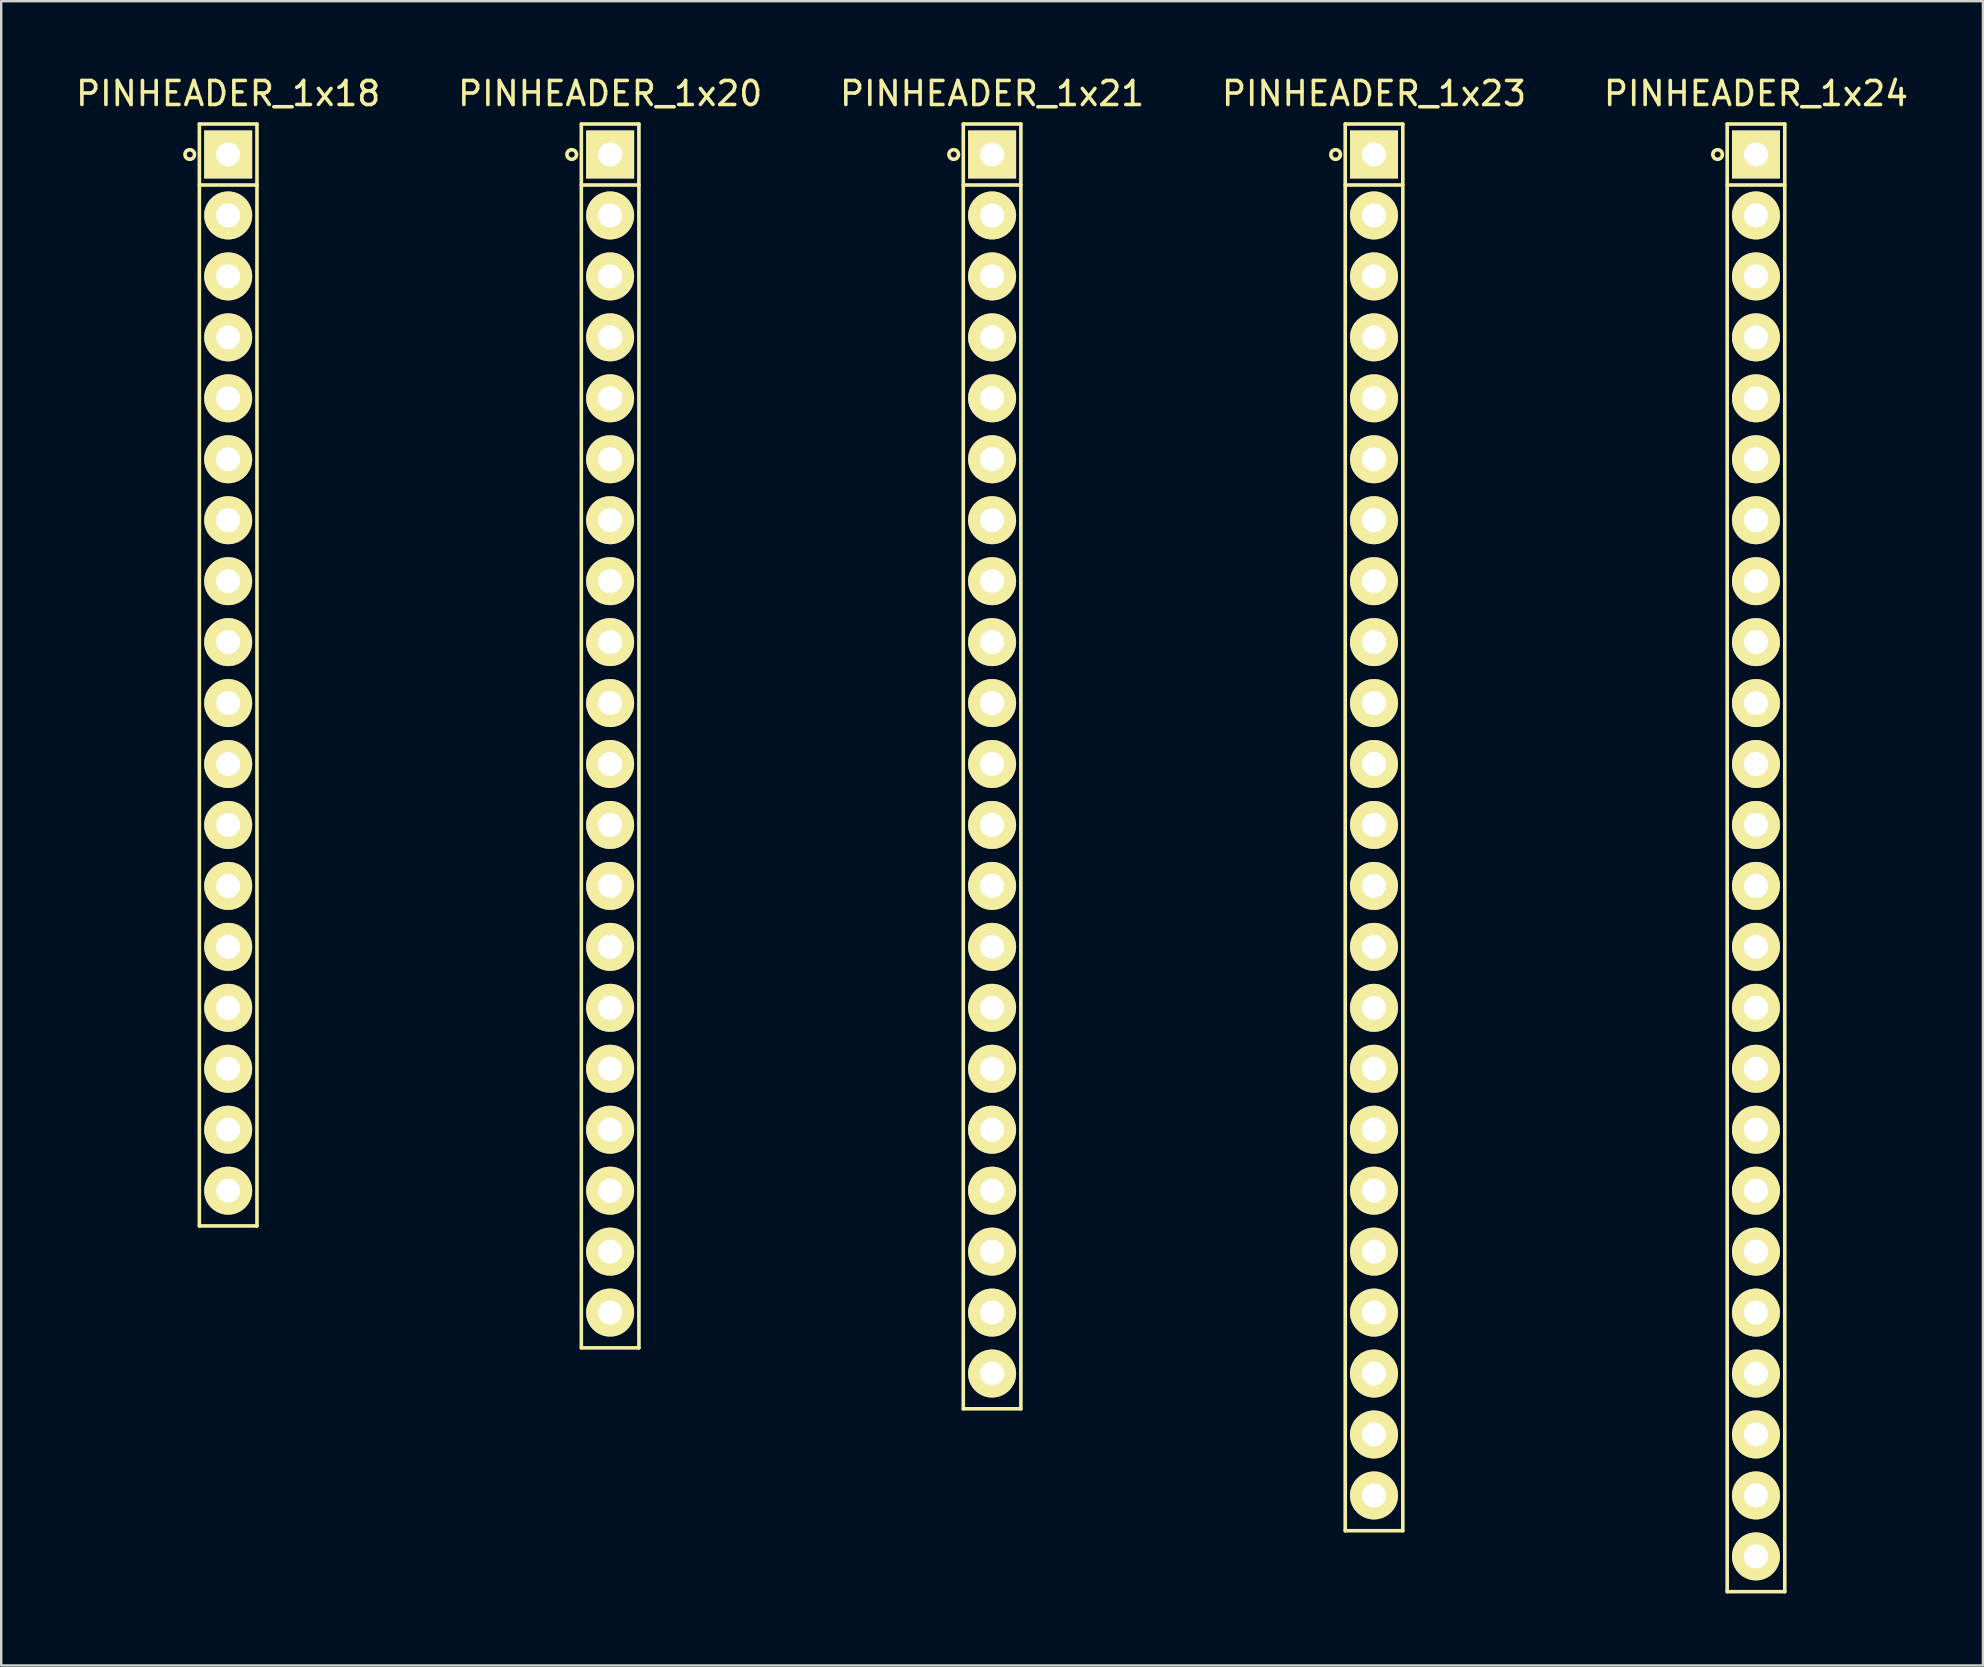
<source format=kicad_pcb>
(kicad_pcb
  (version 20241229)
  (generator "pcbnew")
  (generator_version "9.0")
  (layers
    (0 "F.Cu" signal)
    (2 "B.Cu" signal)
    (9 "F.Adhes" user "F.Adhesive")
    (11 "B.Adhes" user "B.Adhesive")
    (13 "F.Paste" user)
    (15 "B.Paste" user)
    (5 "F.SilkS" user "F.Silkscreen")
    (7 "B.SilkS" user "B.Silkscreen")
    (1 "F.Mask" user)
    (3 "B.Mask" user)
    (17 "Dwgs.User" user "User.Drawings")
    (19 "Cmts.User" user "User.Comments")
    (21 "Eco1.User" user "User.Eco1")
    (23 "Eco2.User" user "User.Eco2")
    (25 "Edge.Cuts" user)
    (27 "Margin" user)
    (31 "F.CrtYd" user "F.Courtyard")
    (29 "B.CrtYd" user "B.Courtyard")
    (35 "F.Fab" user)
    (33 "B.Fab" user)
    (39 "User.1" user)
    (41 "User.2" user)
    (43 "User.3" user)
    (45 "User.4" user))
  (footprint "PINHEADER_1x23"
    (layer "F.Cu")
    (at 54.208 3.388)
    (property "Reference" "PINHEADER_1x23" (at 0 -2.54 0) (layer "F.SilkS") (effects (font (size 1 1) (thickness 0.15))))
    (attr through_hole)
    (fp_line (start -1.2 -1.27) (end 1.2 -1.27) (stroke (width 0.15) (type solid)) (layer "F.SilkS"))
    (fp_line (start -1.2 1.27) (end 1.2 1.27) (stroke (width 0.15) (type solid)) (layer "F.SilkS"))
    (fp_line (start -1.2 57.35) (end -1.2 -1.27) (stroke (width 0.15) (type solid)) (layer "F.SilkS"))
    (fp_line (start 1.2 -1.27) (end 1.2 57.35) (stroke (width 0.15) (type solid)) (layer "F.SilkS"))
    (fp_line (start 1.2 57.35) (end -1.2 57.35) (stroke (width 0.15) (type solid)) (layer "F.SilkS"))
    (fp_circle (center -1.6 0) (end -1.6 0.2) (stroke (width 0.15) (type solid)) (fill no) (layer "F.SilkS"))
    (pad "1" thru_hole rect (at 0 0) (size 2 2) (drill 1) (layers "*.Cu" "*.Mask" "F.SilkS"))
    (pad "2" thru_hole circle (at 0 2.54) (size 2 2) (drill 1) (layers "*.Cu" "*.Mask" "F.SilkS"))
    (pad "3" thru_hole circle (at 0 5.08) (size 2 2) (drill 1) (layers "*.Cu" "*.Mask" "F.SilkS"))
    (pad "4" thru_hole circle (at 0 7.62) (size 2 2) (drill 1) (layers "*.Cu" "*.Mask" "F.SilkS"))
    (pad "5" thru_hole circle (at 0 10.16) (size 2 2) (drill 1) (layers "*.Cu" "*.Mask" "F.SilkS"))
    (pad "6" thru_hole circle (at 0 12.7) (size 2 2) (drill 1) (layers "*.Cu" "*.Mask" "F.SilkS"))
    (pad "7" thru_hole circle (at 0 15.24) (size 2 2) (drill 1) (layers "*.Cu" "*.Mask" "F.SilkS"))
    (pad "8" thru_hole circle (at 0 17.78) (size 2 2) (drill 1) (layers "*.Cu" "*.Mask" "F.SilkS"))
    (pad "9" thru_hole circle (at 0 20.32) (size 2 2) (drill 1) (layers "*.Cu" "*.Mask" "F.SilkS"))
    (pad "10" thru_hole circle (at 0 22.86) (size 2 2) (drill 1) (layers "*.Cu" "*.Mask" "F.SilkS"))
    (pad "11" thru_hole circle (at 0 25.4) (size 2 2) (drill 1) (layers "*.Cu" "*.Mask" "F.SilkS"))
    (pad "12" thru_hole circle (at 0 27.94) (size 2 2) (drill 1) (layers "*.Cu" "*.Mask" "F.SilkS"))
    (pad "13" thru_hole circle (at 0 30.48) (size 2 2) (drill 1) (layers "*.Cu" "*.Mask" "F.SilkS"))
    (pad "14" thru_hole circle (at 0 33.02) (size 2 2) (drill 1) (layers "*.Cu" "*.Mask" "F.SilkS"))
    (pad "15" thru_hole circle (at 0 35.56) (size 2 2) (drill 1) (layers "*.Cu" "*.Mask" "F.SilkS"))
    (pad "16" thru_hole circle (at 0 38.1) (size 2 2) (drill 1) (layers "*.Cu" "*.Mask" "F.SilkS"))
    (pad "17" thru_hole circle (at 0 40.64) (size 2 2) (drill 1) (layers "*.Cu" "*.Mask" "F.SilkS"))
    (pad "18" thru_hole circle (at 0 43.18) (size 2 2) (drill 1) (layers "*.Cu" "*.Mask" "F.SilkS"))
    (pad "19" thru_hole circle (at 0 45.72) (size 2 2) (drill 1) (layers "*.Cu" "*.Mask" "F.SilkS"))
    (pad "20" thru_hole circle (at 0 48.26) (size 2 2) (drill 1) (layers "*.Cu" "*.Mask" "F.SilkS"))
    (pad "21" thru_hole circle (at 0 50.8) (size 2 2) (drill 1) (layers "*.Cu" "*.Mask" "F.SilkS"))
    (pad "22" thru_hole circle (at 0 53.34) (size 2 2) (drill 1) (layers "*.Cu" "*.Mask" "F.SilkS"))
    (pad "23" thru_hole circle (at 0 55.88) (size 2 2) (drill 1) (layers "*.Cu" "*.Mask" "F.SilkS")))
  (footprint "PINHEADER_1x20"
    (layer "F.Cu")
    (at 22.375 3.388)
    (property "Reference" "PINHEADER_1x20" (at 0 -2.54 0) (layer "F.SilkS") (effects (font (size 1 1) (thickness 0.15))))
    (attr through_hole)
    (fp_line (start -1.2 -1.27) (end 1.2 -1.27) (stroke (width 0.15) (type solid)) (layer "F.SilkS"))
    (fp_line (start -1.2 1.27) (end 1.2 1.27) (stroke (width 0.15) (type solid)) (layer "F.SilkS"))
    (fp_line (start -1.2 49.73) (end -1.2 -1.27) (stroke (width 0.15) (type solid)) (layer "F.SilkS"))
    (fp_line (start 1.2 -1.27) (end 1.2 49.73) (stroke (width 0.15) (type solid)) (layer "F.SilkS"))
    (fp_line (start 1.2 49.73) (end -1.2 49.73) (stroke (width 0.15) (type solid)) (layer "F.SilkS"))
    (fp_circle (center -1.6 0) (end -1.6 0.2) (stroke (width 0.15) (type solid)) (fill no) (layer "F.SilkS"))
    (pad "1" thru_hole rect (at 0 0) (size 2 2) (drill 1) (layers "*.Cu" "*.Mask" "F.SilkS"))
    (pad "2" thru_hole circle (at 0 2.54) (size 2 2) (drill 1) (layers "*.Cu" "*.Mask" "F.SilkS"))
    (pad "3" thru_hole circle (at 0 5.08) (size 2 2) (drill 1) (layers "*.Cu" "*.Mask" "F.SilkS"))
    (pad "4" thru_hole circle (at 0 7.62) (size 2 2) (drill 1) (layers "*.Cu" "*.Mask" "F.SilkS"))
    (pad "5" thru_hole circle (at 0 10.16) (size 2 2) (drill 1) (layers "*.Cu" "*.Mask" "F.SilkS"))
    (pad "6" thru_hole circle (at 0 12.7) (size 2 2) (drill 1) (layers "*.Cu" "*.Mask" "F.SilkS"))
    (pad "7" thru_hole circle (at 0 15.24) (size 2 2) (drill 1) (layers "*.Cu" "*.Mask" "F.SilkS"))
    (pad "8" thru_hole circle (at 0 17.78) (size 2 2) (drill 1) (layers "*.Cu" "*.Mask" "F.SilkS"))
    (pad "9" thru_hole circle (at 0 20.32) (size 2 2) (drill 1) (layers "*.Cu" "*.Mask" "F.SilkS"))
    (pad "10" thru_hole circle (at 0 22.86) (size 2 2) (drill 1) (layers "*.Cu" "*.Mask" "F.SilkS"))
    (pad "11" thru_hole circle (at 0 25.4) (size 2 2) (drill 1) (layers "*.Cu" "*.Mask" "F.SilkS"))
    (pad "12" thru_hole circle (at 0 27.94) (size 2 2) (drill 1) (layers "*.Cu" "*.Mask" "F.SilkS"))
    (pad "13" thru_hole circle (at 0 30.48) (size 2 2) (drill 1) (layers "*.Cu" "*.Mask" "F.SilkS"))
    (pad "14" thru_hole circle (at 0 33.02) (size 2 2) (drill 1) (layers "*.Cu" "*.Mask" "F.SilkS"))
    (pad "15" thru_hole circle (at 0 35.56) (size 2 2) (drill 1) (layers "*.Cu" "*.Mask" "F.SilkS"))
    (pad "16" thru_hole circle (at 0 38.1) (size 2 2) (drill 1) (layers "*.Cu" "*.Mask" "F.SilkS"))
    (pad "17" thru_hole circle (at 0 40.64) (size 2 2) (drill 1) (layers "*.Cu" "*.Mask" "F.SilkS"))
    (pad "18" thru_hole circle (at 0 43.18) (size 2 2) (drill 1) (layers "*.Cu" "*.Mask" "F.SilkS"))
    (pad "19" thru_hole circle (at 0 45.72) (size 2 2) (drill 1) (layers "*.Cu" "*.Mask" "F.SilkS"))
    (pad "20" thru_hole circle (at 0 48.26) (size 2 2) (drill 1) (layers "*.Cu" "*.Mask" "F.SilkS")))
  (footprint "PINHEADER_1x24"
    (layer "F.Cu")
    (at 70.125 3.388)
    (property "Reference" "PINHEADER_1x24" (at 0 -2.54 0) (layer "F.SilkS") (effects (font (size 1 1) (thickness 0.15))))
    (attr through_hole)
    (fp_line (start -1.2 -1.27) (end 1.2 -1.27) (stroke (width 0.15) (type solid)) (layer "F.SilkS"))
    (fp_line (start -1.2 1.27) (end 1.2 1.27) (stroke (width 0.15) (type solid)) (layer "F.SilkS"))
    (fp_line (start -1.2 59.89) (end -1.2 -1.27) (stroke (width 0.15) (type solid)) (layer "F.SilkS"))
    (fp_line (start 1.2 -1.27) (end 1.2 59.89) (stroke (width 0.15) (type solid)) (layer "F.SilkS"))
    (fp_line (start 1.2 59.89) (end -1.2 59.89) (stroke (width 0.15) (type solid)) (layer "F.SilkS"))
    (fp_circle (center -1.6 0) (end -1.6 0.2) (stroke (width 0.15) (type solid)) (fill no) (layer "F.SilkS"))
    (pad "1" thru_hole rect (at 0 0) (size 2 2) (drill 1) (layers "*.Cu" "*.Mask" "F.SilkS"))
    (pad "2" thru_hole circle (at 0 2.54) (size 2 2) (drill 1) (layers "*.Cu" "*.Mask" "F.SilkS"))
    (pad "3" thru_hole circle (at 0 5.08) (size 2 2) (drill 1) (layers "*.Cu" "*.Mask" "F.SilkS"))
    (pad "4" thru_hole circle (at 0 7.62) (size 2 2) (drill 1) (layers "*.Cu" "*.Mask" "F.SilkS"))
    (pad "5" thru_hole circle (at 0 10.16) (size 2 2) (drill 1) (layers "*.Cu" "*.Mask" "F.SilkS"))
    (pad "6" thru_hole circle (at 0 12.7) (size 2 2) (drill 1) (layers "*.Cu" "*.Mask" "F.SilkS"))
    (pad "7" thru_hole circle (at 0 15.24) (size 2 2) (drill 1) (layers "*.Cu" "*.Mask" "F.SilkS"))
    (pad "8" thru_hole circle (at 0 17.78) (size 2 2) (drill 1) (layers "*.Cu" "*.Mask" "F.SilkS"))
    (pad "9" thru_hole circle (at 0 20.32) (size 2 2) (drill 1) (layers "*.Cu" "*.Mask" "F.SilkS"))
    (pad "10" thru_hole circle (at 0 22.86) (size 2 2) (drill 1) (layers "*.Cu" "*.Mask" "F.SilkS"))
    (pad "11" thru_hole circle (at 0 25.4) (size 2 2) (drill 1) (layers "*.Cu" "*.Mask" "F.SilkS"))
    (pad "12" thru_hole circle (at 0 27.94) (size 2 2) (drill 1) (layers "*.Cu" "*.Mask" "F.SilkS"))
    (pad "13" thru_hole circle (at 0 30.48) (size 2 2) (drill 1) (layers "*.Cu" "*.Mask" "F.SilkS"))
    (pad "14" thru_hole circle (at 0 33.02) (size 2 2) (drill 1) (layers "*.Cu" "*.Mask" "F.SilkS"))
    (pad "15" thru_hole circle (at 0 35.56) (size 2 2) (drill 1) (layers "*.Cu" "*.Mask" "F.SilkS"))
    (pad "16" thru_hole circle (at 0 38.1) (size 2 2) (drill 1) (layers "*.Cu" "*.Mask" "F.SilkS"))
    (pad "17" thru_hole circle (at 0 40.64) (size 2 2) (drill 1) (layers "*.Cu" "*.Mask" "F.SilkS"))
    (pad "18" thru_hole circle (at 0 43.18) (size 2 2) (drill 1) (layers "*.Cu" "*.Mask" "F.SilkS"))
    (pad "19" thru_hole circle (at 0 45.72) (size 2 2) (drill 1) (layers "*.Cu" "*.Mask" "F.SilkS"))
    (pad "20" thru_hole circle (at 0 48.26) (size 2 2) (drill 1) (layers "*.Cu" "*.Mask" "F.SilkS"))
    (pad "21" thru_hole circle (at 0 50.8) (size 2 2) (drill 1) (layers "*.Cu" "*.Mask" "F.SilkS"))
    (pad "22" thru_hole circle (at 0 53.34) (size 2 2) (drill 1) (layers "*.Cu" "*.Mask" "F.SilkS"))
    (pad "23" thru_hole circle (at 0 55.88) (size 2 2) (drill 1) (layers "*.Cu" "*.Mask" "F.SilkS"))
    (pad "24" thru_hole circle (at 0 58.42) (size 2 2) (drill 1) (layers "*.Cu" "*.Mask" "F.SilkS")))
  (footprint "PINHEADER_1x21"
    (layer "F.Cu")
    (at 38.292 3.388)
    (property "Reference" "PINHEADER_1x21" (at 0 -2.54 0) (layer "F.SilkS") (effects (font (size 1 1) (thickness 0.15))))
    (attr through_hole)
    (fp_line (start -1.2 -1.27) (end 1.2 -1.27) (stroke (width 0.15) (type solid)) (layer "F.SilkS"))
    (fp_line (start -1.2 1.27) (end 1.2 1.27) (stroke (width 0.15) (type solid)) (layer "F.SilkS"))
    (fp_line (start -1.2 52.27) (end -1.2 -1.27) (stroke (width 0.15) (type solid)) (layer "F.SilkS"))
    (fp_line (start 1.2 -1.27) (end 1.2 52.27) (stroke (width 0.15) (type solid)) (layer "F.SilkS"))
    (fp_line (start 1.2 52.27) (end -1.2 52.27) (stroke (width 0.15) (type solid)) (layer "F.SilkS"))
    (fp_circle (center -1.6 0) (end -1.6 0.2) (stroke (width 0.15) (type solid)) (fill no) (layer "F.SilkS"))
    (pad "1" thru_hole rect (at 0 0) (size 2 2) (drill 1) (layers "*.Cu" "*.Mask" "F.SilkS"))
    (pad "2" thru_hole circle (at 0 2.54) (size 2 2) (drill 1) (layers "*.Cu" "*.Mask" "F.SilkS"))
    (pad "3" thru_hole circle (at 0 5.08) (size 2 2) (drill 1) (layers "*.Cu" "*.Mask" "F.SilkS"))
    (pad "4" thru_hole circle (at 0 7.62) (size 2 2) (drill 1) (layers "*.Cu" "*.Mask" "F.SilkS"))
    (pad "5" thru_hole circle (at 0 10.16) (size 2 2) (drill 1) (layers "*.Cu" "*.Mask" "F.SilkS"))
    (pad "6" thru_hole circle (at 0 12.7) (size 2 2) (drill 1) (layers "*.Cu" "*.Mask" "F.SilkS"))
    (pad "7" thru_hole circle (at 0 15.24) (size 2 2) (drill 1) (layers "*.Cu" "*.Mask" "F.SilkS"))
    (pad "8" thru_hole circle (at 0 17.78) (size 2 2) (drill 1) (layers "*.Cu" "*.Mask" "F.SilkS"))
    (pad "9" thru_hole circle (at 0 20.32) (size 2 2) (drill 1) (layers "*.Cu" "*.Mask" "F.SilkS"))
    (pad "10" thru_hole circle (at 0 22.86) (size 2 2) (drill 1) (layers "*.Cu" "*.Mask" "F.SilkS"))
    (pad "11" thru_hole circle (at 0 25.4) (size 2 2) (drill 1) (layers "*.Cu" "*.Mask" "F.SilkS"))
    (pad "12" thru_hole circle (at 0 27.94) (size 2 2) (drill 1) (layers "*.Cu" "*.Mask" "F.SilkS"))
    (pad "13" thru_hole circle (at 0 30.48) (size 2 2) (drill 1) (layers "*.Cu" "*.Mask" "F.SilkS"))
    (pad "14" thru_hole circle (at 0 33.02) (size 2 2) (drill 1) (layers "*.Cu" "*.Mask" "F.SilkS"))
    (pad "15" thru_hole circle (at 0 35.56) (size 2 2) (drill 1) (layers "*.Cu" "*.Mask" "F.SilkS"))
    (pad "16" thru_hole circle (at 0 38.1) (size 2 2) (drill 1) (layers "*.Cu" "*.Mask" "F.SilkS"))
    (pad "17" thru_hole circle (at 0 40.64) (size 2 2) (drill 1) (layers "*.Cu" "*.Mask" "F.SilkS"))
    (pad "18" thru_hole circle (at 0 43.18) (size 2 2) (drill 1) (layers "*.Cu" "*.Mask" "F.SilkS"))
    (pad "19" thru_hole circle (at 0 45.72) (size 2 2) (drill 1) (layers "*.Cu" "*.Mask" "F.SilkS"))
    (pad "20" thru_hole circle (at 0 48.26) (size 2 2) (drill 1) (layers "*.Cu" "*.Mask" "F.SilkS"))
    (pad "21" thru_hole circle (at 0 50.8) (size 2 2) (drill 1) (layers "*.Cu" "*.Mask" "F.SilkS")))
  (footprint "PINHEADER_1x18"
    (layer "F.Cu")
    (at 6.458 3.388)
    (property "Reference" "PINHEADER_1x18" (at 0 -2.54 0) (layer "F.SilkS") (effects (font (size 1 1) (thickness 0.15))))
    (attr through_hole)
    (fp_line (start -1.2 -1.27) (end 1.2 -1.27) (stroke (width 0.15) (type solid)) (layer "F.SilkS"))
    (fp_line (start -1.2 1.27) (end 1.2 1.27) (stroke (width 0.15) (type solid)) (layer "F.SilkS"))
    (fp_line (start -1.2 44.65) (end -1.2 -1.27) (stroke (width 0.15) (type solid)) (layer "F.SilkS"))
    (fp_line (start 1.2 -1.27) (end 1.2 44.65) (stroke (width 0.15) (type solid)) (layer "F.SilkS"))
    (fp_line (start 1.2 44.65) (end -1.2 44.65) (stroke (width 0.15) (type solid)) (layer "F.SilkS"))
    (fp_circle (center -1.6 0) (end -1.6 0.2) (stroke (width 0.15) (type solid)) (fill no) (layer "F.SilkS"))
    (pad "1" thru_hole rect (at 0 0) (size 2 2) (drill 1) (layers "*.Cu" "*.Mask" "F.SilkS"))
    (pad "2" thru_hole circle (at 0 2.54) (size 2 2) (drill 1) (layers "*.Cu" "*.Mask" "F.SilkS"))
    (pad "3" thru_hole circle (at 0 5.08) (size 2 2) (drill 1) (layers "*.Cu" "*.Mask" "F.SilkS"))
    (pad "4" thru_hole circle (at 0 7.62) (size 2 2) (drill 1) (layers "*.Cu" "*.Mask" "F.SilkS"))
    (pad "5" thru_hole circle (at 0 10.16) (size 2 2) (drill 1) (layers "*.Cu" "*.Mask" "F.SilkS"))
    (pad "6" thru_hole circle (at 0 12.7) (size 2 2) (drill 1) (layers "*.Cu" "*.Mask" "F.SilkS"))
    (pad "7" thru_hole circle (at 0 15.24) (size 2 2) (drill 1) (layers "*.Cu" "*.Mask" "F.SilkS"))
    (pad "8" thru_hole circle (at 0 17.78) (size 2 2) (drill 1) (layers "*.Cu" "*.Mask" "F.SilkS"))
    (pad "9" thru_hole circle (at 0 20.32) (size 2 2) (drill 1) (layers "*.Cu" "*.Mask" "F.SilkS"))
    (pad "10" thru_hole circle (at 0 22.86) (size 2 2) (drill 1) (layers "*.Cu" "*.Mask" "F.SilkS"))
    (pad "11" thru_hole circle (at 0 25.4) (size 2 2) (drill 1) (layers "*.Cu" "*.Mask" "F.SilkS"))
    (pad "12" thru_hole circle (at 0 27.94) (size 2 2) (drill 1) (layers "*.Cu" "*.Mask" "F.SilkS"))
    (pad "13" thru_hole circle (at 0 30.48) (size 2 2) (drill 1) (layers "*.Cu" "*.Mask" "F.SilkS"))
    (pad "14" thru_hole circle (at 0 33.02) (size 2 2) (drill 1) (layers "*.Cu" "*.Mask" "F.SilkS"))
    (pad "15" thru_hole circle (at 0 35.56) (size 2 2) (drill 1) (layers "*.Cu" "*.Mask" "F.SilkS"))
    (pad "16" thru_hole circle (at 0 38.1) (size 2 2) (drill 1) (layers "*.Cu" "*.Mask" "F.SilkS"))
    (pad "17" thru_hole circle (at 0 40.64) (size 2 2) (drill 1) (layers "*.Cu" "*.Mask" "F.SilkS"))
    (pad "18" thru_hole circle (at 0 43.18) (size 2 2) (drill 1) (layers "*.Cu" "*.Mask" "F.SilkS")))
  (gr_rect
    (start -3 -3)
    (end 79.583 66.353)
    (stroke (width 0.1) (type default))
    (fill no)
    (layer "Edge.Cuts")))
</source>
